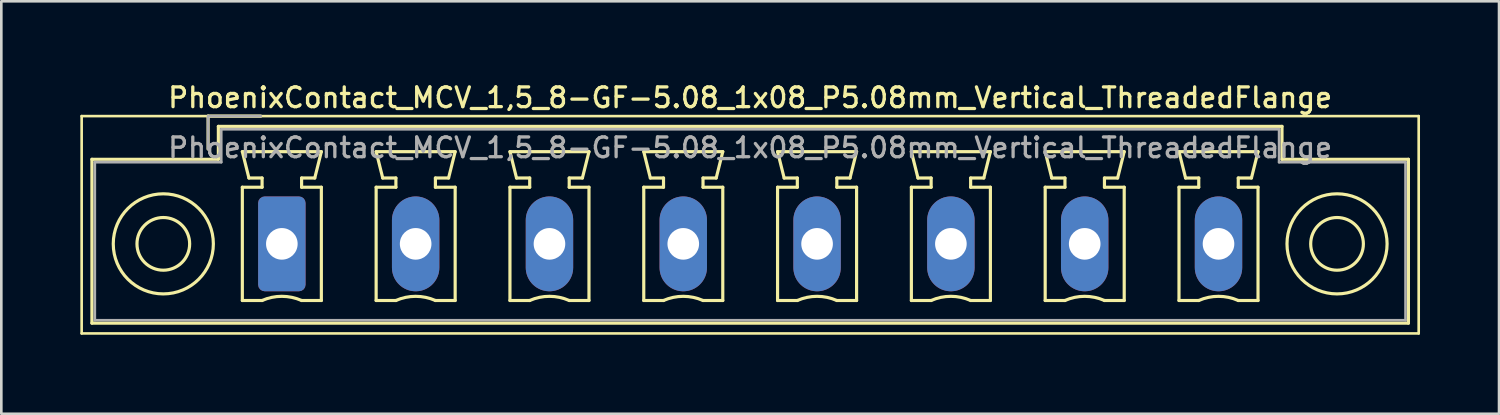
<source format=kicad_pcb>
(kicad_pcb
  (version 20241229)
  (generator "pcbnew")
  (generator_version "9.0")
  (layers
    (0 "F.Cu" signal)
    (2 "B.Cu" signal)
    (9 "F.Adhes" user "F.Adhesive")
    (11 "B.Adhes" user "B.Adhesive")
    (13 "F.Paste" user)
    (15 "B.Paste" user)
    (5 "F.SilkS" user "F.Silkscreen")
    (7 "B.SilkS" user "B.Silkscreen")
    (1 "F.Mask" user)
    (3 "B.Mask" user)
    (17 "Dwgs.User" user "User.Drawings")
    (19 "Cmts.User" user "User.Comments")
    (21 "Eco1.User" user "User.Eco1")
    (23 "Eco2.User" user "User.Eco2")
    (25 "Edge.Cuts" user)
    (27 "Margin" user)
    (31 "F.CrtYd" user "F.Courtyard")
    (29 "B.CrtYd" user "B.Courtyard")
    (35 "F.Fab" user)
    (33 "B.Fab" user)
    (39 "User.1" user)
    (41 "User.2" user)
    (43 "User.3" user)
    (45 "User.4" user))
  (footprint "PhoenixContact_MCV_1,5_8-GF-5.08_1x08_P5.08mm_Vertical_ThreadedFlange"
    (layer "F.Cu")
    (at 7.65 6.208)
    (property "Reference" "PhoenixContact_MCV_1,5_8-GF-5.08_1x08_P5.08mm_Vertical_ThreadedFlange" (at 17.78 -5.55 0) (layer "F.SilkS") (effects (font (size 0.75 0.75) (thickness 0.125))))
    (attr through_hole)
    (fp_line (start -7.6 -4.85) (end -7.6 3.4) (stroke (width 0.1) (type solid)) (layer "F.SilkS"))
    (fp_line (start -7.6 3.4) (end 43.16 3.4) (stroke (width 0.1) (type solid)) (layer "F.SilkS"))
    (fp_line (start -7.21 -3.21) (end -7.21 3.01) (stroke (width 0.12) (type solid)) (layer "F.SilkS"))
    (fp_line (start -7.21 3.01) (end 42.77 3.01) (stroke (width 0.12) (type solid)) (layer "F.SilkS"))
    (fp_line (start -2.8 -4.85) (end -0.8 -4.85) (stroke (width 0.12) (type solid)) (layer "F.SilkS"))
    (fp_line (start -2.8 -3.6) (end -2.8 -4.85) (stroke (width 0.12) (type solid)) (layer "F.SilkS"))
    (fp_line (start -2.41 -4.46) (end -2.41 -3.21) (stroke (width 0.12) (type solid)) (layer "F.SilkS"))
    (fp_line (start -2.41 -3.21) (end -7.21 -3.21) (stroke (width 0.12) (type solid)) (layer "F.SilkS"))
    (fp_line (start -1.5 -3.5) (end 1.5 -3.5) (stroke (width 0.12) (type solid)) (layer "F.SilkS"))
    (fp_line (start -1.5 -2.15) (end -0.75 -2.15) (stroke (width 0.12) (type solid)) (layer "F.SilkS"))
    (fp_line (start -1.5 2.15) (end -1.5 -2.15) (stroke (width 0.12) (type solid)) (layer "F.SilkS"))
    (fp_line (start -1.25 -2.5) (end -1.5 -3.5) (stroke (width 0.12) (type solid)) (layer "F.SilkS"))
    (fp_line (start -0.75 -2.5) (end -1.25 -2.5) (stroke (width 0.12) (type solid)) (layer "F.SilkS"))
    (fp_line (start -0.75 -2.15) (end -0.75 -2.5) (stroke (width 0.12) (type solid)) (layer "F.SilkS"))
    (fp_line (start -0.75 2.15) (end -1.5 2.15) (stroke (width 0.12) (type solid)) (layer "F.SilkS"))
    (fp_line (start 0.75 -2.5) (end 0.75 -2.15) (stroke (width 0.12) (type solid)) (layer "F.SilkS"))
    (fp_line (start 0.75 -2.15) (end 1.5 -2.15) (stroke (width 0.12) (type solid)) (layer "F.SilkS"))
    (fp_line (start 1.25 -2.5) (end 0.75 -2.5) (stroke (width 0.12) (type solid)) (layer "F.SilkS"))
    (fp_line (start 1.5 -3.5) (end 1.25 -2.5) (stroke (width 0.12) (type solid)) (layer "F.SilkS"))
    (fp_line (start 1.5 -2.15) (end 1.5 2.15) (stroke (width 0.12) (type solid)) (layer "F.SilkS"))
    (fp_line (start 1.5 2.15) (end 0.75 2.15) (stroke (width 0.12) (type solid)) (layer "F.SilkS"))
    (fp_line (start 3.58 -3.5) (end 6.58 -3.5) (stroke (width 0.12) (type solid)) (layer "F.SilkS"))
    (fp_line (start 3.58 -2.15) (end 4.33 -2.15) (stroke (width 0.12) (type solid)) (layer "F.SilkS"))
    (fp_line (start 3.58 2.15) (end 3.58 -2.15) (stroke (width 0.12) (type solid)) (layer "F.SilkS"))
    (fp_line (start 3.83 -2.5) (end 3.58 -3.5) (stroke (width 0.12) (type solid)) (layer "F.SilkS"))
    (fp_line (start 4.33 -2.5) (end 3.83 -2.5) (stroke (width 0.12) (type solid)) (layer "F.SilkS"))
    (fp_line (start 4.33 -2.15) (end 4.33 -2.5) (stroke (width 0.12) (type solid)) (layer "F.SilkS"))
    (fp_line (start 4.33 2.15) (end 3.58 2.15) (stroke (width 0.12) (type solid)) (layer "F.SilkS"))
    (fp_line (start 5.83 -2.5) (end 5.83 -2.15) (stroke (width 0.12) (type solid)) (layer "F.SilkS"))
    (fp_line (start 5.83 -2.15) (end 6.58 -2.15) (stroke (width 0.12) (type solid)) (layer "F.SilkS"))
    (fp_line (start 6.33 -2.5) (end 5.83 -2.5) (stroke (width 0.12) (type solid)) (layer "F.SilkS"))
    (fp_line (start 6.58 -3.5) (end 6.33 -2.5) (stroke (width 0.12) (type solid)) (layer "F.SilkS"))
    (fp_line (start 6.58 -2.15) (end 6.58 2.15) (stroke (width 0.12) (type solid)) (layer "F.SilkS"))
    (fp_line (start 6.58 2.15) (end 5.83 2.15) (stroke (width 0.12) (type solid)) (layer "F.SilkS"))
    (fp_line (start 8.66 -3.5) (end 11.66 -3.5) (stroke (width 0.12) (type solid)) (layer "F.SilkS"))
    (fp_line (start 8.66 -2.15) (end 9.41 -2.15) (stroke (width 0.12) (type solid)) (layer "F.SilkS"))
    (fp_line (start 8.66 2.15) (end 8.66 -2.15) (stroke (width 0.12) (type solid)) (layer "F.SilkS"))
    (fp_line (start 8.91 -2.5) (end 8.66 -3.5) (stroke (width 0.12) (type solid)) (layer "F.SilkS"))
    (fp_line (start 9.41 -2.5) (end 8.91 -2.5) (stroke (width 0.12) (type solid)) (layer "F.SilkS"))
    (fp_line (start 9.41 -2.15) (end 9.41 -2.5) (stroke (width 0.12) (type solid)) (layer "F.SilkS"))
    (fp_line (start 9.41 2.15) (end 8.66 2.15) (stroke (width 0.12) (type solid)) (layer "F.SilkS"))
    (fp_line (start 10.91 -2.5) (end 10.91 -2.15) (stroke (width 0.12) (type solid)) (layer "F.SilkS"))
    (fp_line (start 10.91 -2.15) (end 11.66 -2.15) (stroke (width 0.12) (type solid)) (layer "F.SilkS"))
    (fp_line (start 11.41 -2.5) (end 10.91 -2.5) (stroke (width 0.12) (type solid)) (layer "F.SilkS"))
    (fp_line (start 11.66 -3.5) (end 11.41 -2.5) (stroke (width 0.12) (type solid)) (layer "F.SilkS"))
    (fp_line (start 11.66 -2.15) (end 11.66 2.15) (stroke (width 0.12) (type solid)) (layer "F.SilkS"))
    (fp_line (start 11.66 2.15) (end 10.91 2.15) (stroke (width 0.12) (type solid)) (layer "F.SilkS"))
    (fp_line (start 13.74 -3.5) (end 16.74 -3.5) (stroke (width 0.12) (type solid)) (layer "F.SilkS"))
    (fp_line (start 13.74 -2.15) (end 14.49 -2.15) (stroke (width 0.12) (type solid)) (layer "F.SilkS"))
    (fp_line (start 13.74 2.15) (end 13.74 -2.15) (stroke (width 0.12) (type solid)) (layer "F.SilkS"))
    (fp_line (start 13.99 -2.5) (end 13.74 -3.5) (stroke (width 0.12) (type solid)) (layer "F.SilkS"))
    (fp_line (start 14.49 -2.5) (end 13.99 -2.5) (stroke (width 0.12) (type solid)) (layer "F.SilkS"))
    (fp_line (start 14.49 -2.15) (end 14.49 -2.5) (stroke (width 0.12) (type solid)) (layer "F.SilkS"))
    (fp_line (start 14.49 2.15) (end 13.74 2.15) (stroke (width 0.12) (type solid)) (layer "F.SilkS"))
    (fp_line (start 15.99 -2.5) (end 15.99 -2.15) (stroke (width 0.12) (type solid)) (layer "F.SilkS"))
    (fp_line (start 15.99 -2.15) (end 16.74 -2.15) (stroke (width 0.12) (type solid)) (layer "F.SilkS"))
    (fp_line (start 16.49 -2.5) (end 15.99 -2.5) (stroke (width 0.12) (type solid)) (layer "F.SilkS"))
    (fp_line (start 16.74 -3.5) (end 16.49 -2.5) (stroke (width 0.12) (type solid)) (layer "F.SilkS"))
    (fp_line (start 16.74 -2.15) (end 16.74 2.15) (stroke (width 0.12) (type solid)) (layer "F.SilkS"))
    (fp_line (start 16.74 2.15) (end 15.99 2.15) (stroke (width 0.12) (type solid)) (layer "F.SilkS"))
    (fp_line (start 18.82 -3.5) (end 21.82 -3.5) (stroke (width 0.12) (type solid)) (layer "F.SilkS"))
    (fp_line (start 18.82 -2.15) (end 19.57 -2.15) (stroke (width 0.12) (type solid)) (layer "F.SilkS"))
    (fp_line (start 18.82 2.15) (end 18.82 -2.15) (stroke (width 0.12) (type solid)) (layer "F.SilkS"))
    (fp_line (start 19.07 -2.5) (end 18.82 -3.5) (stroke (width 0.12) (type solid)) (layer "F.SilkS"))
    (fp_line (start 19.57 -2.5) (end 19.07 -2.5) (stroke (width 0.12) (type solid)) (layer "F.SilkS"))
    (fp_line (start 19.57 -2.15) (end 19.57 -2.5) (stroke (width 0.12) (type solid)) (layer "F.SilkS"))
    (fp_line (start 19.57 2.15) (end 18.82 2.15) (stroke (width 0.12) (type solid)) (layer "F.SilkS"))
    (fp_line (start 21.07 -2.5) (end 21.07 -2.15) (stroke (width 0.12) (type solid)) (layer "F.SilkS"))
    (fp_line (start 21.07 -2.15) (end 21.82 -2.15) (stroke (width 0.12) (type solid)) (layer "F.SilkS"))
    (fp_line (start 21.57 -2.5) (end 21.07 -2.5) (stroke (width 0.12) (type solid)) (layer "F.SilkS"))
    (fp_line (start 21.82 -3.5) (end 21.57 -2.5) (stroke (width 0.12) (type solid)) (layer "F.SilkS"))
    (fp_line (start 21.82 -2.15) (end 21.82 2.15) (stroke (width 0.12) (type solid)) (layer "F.SilkS"))
    (fp_line (start 21.82 2.15) (end 21.07 2.15) (stroke (width 0.12) (type solid)) (layer "F.SilkS"))
    (fp_line (start 23.9 -3.5) (end 26.9 -3.5) (stroke (width 0.12) (type solid)) (layer "F.SilkS"))
    (fp_line (start 23.9 -2.15) (end 24.65 -2.15) (stroke (width 0.12) (type solid)) (layer "F.SilkS"))
    (fp_line (start 23.9 2.15) (end 23.9 -2.15) (stroke (width 0.12) (type solid)) (layer "F.SilkS"))
    (fp_line (start 24.15 -2.5) (end 23.9 -3.5) (stroke (width 0.12) (type solid)) (layer "F.SilkS"))
    (fp_line (start 24.65 -2.5) (end 24.15 -2.5) (stroke (width 0.12) (type solid)) (layer "F.SilkS"))
    (fp_line (start 24.65 -2.15) (end 24.65 -2.5) (stroke (width 0.12) (type solid)) (layer "F.SilkS"))
    (fp_line (start 24.65 2.15) (end 23.9 2.15) (stroke (width 0.12) (type solid)) (layer "F.SilkS"))
    (fp_line (start 26.15 -2.5) (end 26.15 -2.15) (stroke (width 0.12) (type solid)) (layer "F.SilkS"))
    (fp_line (start 26.15 -2.15) (end 26.9 -2.15) (stroke (width 0.12) (type solid)) (layer "F.SilkS"))
    (fp_line (start 26.65 -2.5) (end 26.15 -2.5) (stroke (width 0.12) (type solid)) (layer "F.SilkS"))
    (fp_line (start 26.9 -3.5) (end 26.65 -2.5) (stroke (width 0.12) (type solid)) (layer "F.SilkS"))
    (fp_line (start 26.9 -2.15) (end 26.9 2.15) (stroke (width 0.12) (type solid)) (layer "F.SilkS"))
    (fp_line (start 26.9 2.15) (end 26.15 2.15) (stroke (width 0.12) (type solid)) (layer "F.SilkS"))
    (fp_line (start 28.98 -3.5) (end 31.98 -3.5) (stroke (width 0.12) (type solid)) (layer "F.SilkS"))
    (fp_line (start 28.98 -2.15) (end 29.73 -2.15) (stroke (width 0.12) (type solid)) (layer "F.SilkS"))
    (fp_line (start 28.98 2.15) (end 28.98 -2.15) (stroke (width 0.12) (type solid)) (layer "F.SilkS"))
    (fp_line (start 29.23 -2.5) (end 28.98 -3.5) (stroke (width 0.12) (type solid)) (layer "F.SilkS"))
    (fp_line (start 29.73 -2.5) (end 29.23 -2.5) (stroke (width 0.12) (type solid)) (layer "F.SilkS"))
    (fp_line (start 29.73 -2.15) (end 29.73 -2.5) (stroke (width 0.12) (type solid)) (layer "F.SilkS"))
    (fp_line (start 29.73 2.15) (end 28.98 2.15) (stroke (width 0.12) (type solid)) (layer "F.SilkS"))
    (fp_line (start 31.23 -2.5) (end 31.23 -2.15) (stroke (width 0.12) (type solid)) (layer "F.SilkS"))
    (fp_line (start 31.23 -2.15) (end 31.98 -2.15) (stroke (width 0.12) (type solid)) (layer "F.SilkS"))
    (fp_line (start 31.73 -2.5) (end 31.23 -2.5) (stroke (width 0.12) (type solid)) (layer "F.SilkS"))
    (fp_line (start 31.98 -3.5) (end 31.73 -2.5) (stroke (width 0.12) (type solid)) (layer "F.SilkS"))
    (fp_line (start 31.98 -2.15) (end 31.98 2.15) (stroke (width 0.12) (type solid)) (layer "F.SilkS"))
    (fp_line (start 31.98 2.15) (end 31.23 2.15) (stroke (width 0.12) (type solid)) (layer "F.SilkS"))
    (fp_line (start 34.06 -3.5) (end 37.06 -3.5) (stroke (width 0.12) (type solid)) (layer "F.SilkS"))
    (fp_line (start 34.06 -2.15) (end 34.81 -2.15) (stroke (width 0.12) (type solid)) (layer "F.SilkS"))
    (fp_line (start 34.06 2.15) (end 34.06 -2.15) (stroke (width 0.12) (type solid)) (layer "F.SilkS"))
    (fp_line (start 34.31 -2.5) (end 34.06 -3.5) (stroke (width 0.12) (type solid)) (layer "F.SilkS"))
    (fp_line (start 34.81 -2.5) (end 34.31 -2.5) (stroke (width 0.12) (type solid)) (layer "F.SilkS"))
    (fp_line (start 34.81 -2.15) (end 34.81 -2.5) (stroke (width 0.12) (type solid)) (layer "F.SilkS"))
    (fp_line (start 34.81 2.15) (end 34.06 2.15) (stroke (width 0.12) (type solid)) (layer "F.SilkS"))
    (fp_line (start 36.31 -2.5) (end 36.31 -2.15) (stroke (width 0.12) (type solid)) (layer "F.SilkS"))
    (fp_line (start 36.31 -2.15) (end 37.06 -2.15) (stroke (width 0.12) (type solid)) (layer "F.SilkS"))
    (fp_line (start 36.81 -2.5) (end 36.31 -2.5) (stroke (width 0.12) (type solid)) (layer "F.SilkS"))
    (fp_line (start 37.06 -3.5) (end 36.81 -2.5) (stroke (width 0.12) (type solid)) (layer "F.SilkS"))
    (fp_line (start 37.06 -2.15) (end 37.06 2.15) (stroke (width 0.12) (type solid)) (layer "F.SilkS"))
    (fp_line (start 37.06 2.15) (end 36.31 2.15) (stroke (width 0.12) (type solid)) (layer "F.SilkS"))
    (fp_line (start 37.97 -4.46) (end -2.41 -4.46) (stroke (width 0.12) (type solid)) (layer "F.SilkS"))
    (fp_line (start 37.97 -3.21) (end 37.97 -4.46) (stroke (width 0.12) (type solid)) (layer "F.SilkS"))
    (fp_line (start 42.77 -3.21) (end 37.97 -3.21) (stroke (width 0.12) (type solid)) (layer "F.SilkS"))
    (fp_line (start 42.77 3.01) (end 42.77 -3.21) (stroke (width 0.12) (type solid)) (layer "F.SilkS"))
    (fp_line (start 43.16 -4.85) (end -7.6 -4.85) (stroke (width 0.1) (type solid)) (layer "F.SilkS"))
    (fp_line (start 43.16 3.4) (end 43.16 -4.85) (stroke (width 0.1) (type solid)) (layer "F.SilkS"))
    (fp_arc (start -0.75 2.15) (mid -0.000193 1.99191) (end 0.749647 2.149844) (stroke (width 0.12) (type solid)) (layer "F.SilkS"))
    (fp_arc (start 4.33 2.15) (mid 5.079807 1.99191) (end 5.829647 2.149844) (stroke (width 0.12) (type solid)) (layer "F.SilkS"))
    (fp_arc (start 9.41 2.15) (mid 10.159807 1.99191) (end 10.909647 2.149844) (stroke (width 0.12) (type solid)) (layer "F.SilkS"))
    (fp_arc (start 14.49 2.15) (mid 15.239807 1.99191) (end 15.989647 2.149844) (stroke (width 0.12) (type solid)) (layer "F.SilkS"))
    (fp_arc (start 19.57 2.15) (mid 20.319807 1.99191) (end 21.069647 2.149844) (stroke (width 0.12) (type solid)) (layer "F.SilkS"))
    (fp_arc (start 24.65 2.15) (mid 25.399807 1.99191) (end 26.149647 2.149844) (stroke (width 0.12) (type solid)) (layer "F.SilkS"))
    (fp_arc (start 29.73 2.15) (mid 30.479807 1.99191) (end 31.229647 2.149844) (stroke (width 0.12) (type solid)) (layer "F.SilkS"))
    (fp_arc (start 34.81 2.15) (mid 35.559807 1.99191) (end 36.309647 2.149844) (stroke (width 0.12) (type solid)) (layer "F.SilkS"))
    (fp_circle (center -4.5 0) (end -3.5 0) (stroke (width 0.12) (type solid)) (fill no) (layer "F.SilkS"))
    (fp_circle (center -4.5 0) (end -2.6 0) (stroke (width 0.12) (type solid)) (fill no) (layer "F.SilkS"))
    (fp_circle (center 40.06 0) (end 41.06 0) (stroke (width 0.12) (type solid)) (fill no) (layer "F.SilkS"))
    (fp_circle (center 40.06 0) (end 41.96 0) (stroke (width 0.12) (type solid)) (fill no) (layer "F.SilkS"))
    (fp_line (start -7.1 -3.1) (end -7.1 2.9) (stroke (width 0.1) (type solid)) (layer "F.Fab"))
    (fp_line (start -7.1 2.9) (end 42.66 2.9) (stroke (width 0.1) (type solid)) (layer "F.Fab"))
    (fp_line (start -2.8 -4.85) (end -0.8 -4.85) (stroke (width 0.1) (type solid)) (layer "F.Fab"))
    (fp_line (start -2.8 -3.6) (end -2.8 -4.85) (stroke (width 0.1) (type solid)) (layer "F.Fab"))
    (fp_line (start -2.3 -4.35) (end -2.3 -3.1) (stroke (width 0.1) (type solid)) (layer "F.Fab"))
    (fp_line (start -2.3 -3.1) (end -7.1 -3.1) (stroke (width 0.1) (type solid)) (layer "F.Fab"))
    (fp_line (start 37.86 -4.35) (end -2.3 -4.35) (stroke (width 0.1) (type solid)) (layer "F.Fab"))
    (fp_line (start 37.86 -3.1) (end 37.86 -4.35) (stroke (width 0.1) (type solid)) (layer "F.Fab"))
    (fp_line (start 42.66 -3.1) (end 37.86 -3.1) (stroke (width 0.1) (type solid)) (layer "F.Fab"))
    (fp_line (start 42.66 2.9) (end 42.66 -3.1) (stroke (width 0.1) (type solid)) (layer "F.Fab"))
    (fp_text user "${REFERENCE}" (at 17.78 -3.65 0) (layer "F.Fab") (effects (font (size 0.75 0.75) (thickness 0.125))))
    (pad "1" thru_hole roundrect (at 0 0) (size 1.8 3.6) (drill 1.2) (layers "*.Cu" "*.Mask") (roundrect_rratio 0.139))
    (pad "2" thru_hole oval (at 5.08 0) (size 1.8 3.6) (drill 1.2) (layers "*.Cu" "*.Mask"))
    (pad "3" thru_hole oval (at 10.16 0) (size 1.8 3.6) (drill 1.2) (layers "*.Cu" "*.Mask"))
    (pad "4" thru_hole oval (at 15.24 0) (size 1.8 3.6) (drill 1.2) (layers "*.Cu" "*.Mask"))
    (pad "5" thru_hole oval (at 20.32 0) (size 1.8 3.6) (drill 1.2) (layers "*.Cu" "*.Mask"))
    (pad "6" thru_hole oval (at 25.4 0) (size 1.8 3.6) (drill 1.2) (layers "*.Cu" "*.Mask"))
    (pad "7" thru_hole oval (at 30.48 0) (size 1.8 3.6) (drill 1.2) (layers "*.Cu" "*.Mask"))
    (pad "8" thru_hole oval (at 35.56 0) (size 1.8 3.6) (drill 1.2) (layers "*.Cu" "*.Mask")))
  (gr_rect
    (start -3 -3)
    (end 53.86 12.658)
    (stroke (width 0.1) (type default))
    (fill no)
    (layer "Edge.Cuts")))
</source>
